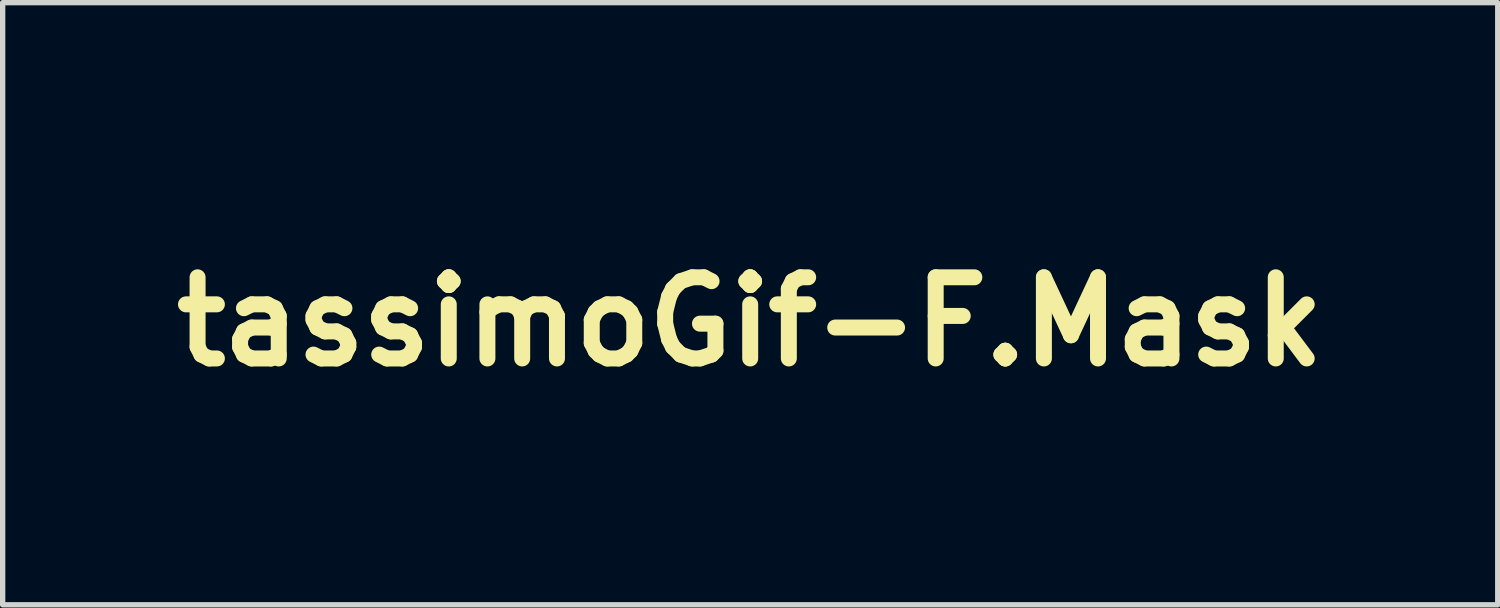
<source format=kicad_pcb>
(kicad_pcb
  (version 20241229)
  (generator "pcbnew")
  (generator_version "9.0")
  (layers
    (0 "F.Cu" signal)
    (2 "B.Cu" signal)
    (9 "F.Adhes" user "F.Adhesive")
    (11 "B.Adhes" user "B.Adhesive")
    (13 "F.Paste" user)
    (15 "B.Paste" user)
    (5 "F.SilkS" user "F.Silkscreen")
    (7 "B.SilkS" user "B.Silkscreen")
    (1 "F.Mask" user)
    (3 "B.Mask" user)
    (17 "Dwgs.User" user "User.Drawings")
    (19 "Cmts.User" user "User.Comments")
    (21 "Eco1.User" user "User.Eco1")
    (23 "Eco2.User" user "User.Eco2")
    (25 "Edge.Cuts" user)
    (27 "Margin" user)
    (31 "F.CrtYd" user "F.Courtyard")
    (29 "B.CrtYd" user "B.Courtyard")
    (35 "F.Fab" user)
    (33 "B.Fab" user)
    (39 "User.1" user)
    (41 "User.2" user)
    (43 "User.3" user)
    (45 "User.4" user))
  (footprint "tassimoGif-F.Mask"
    (layer "F.Cu")
    (at 11.038 2.992)
    (property "Reference" "tassimoGif-F.Mask" (at 0 0 0) (layer "F.SilkS") (effects (font (size 1.524 1.524) (thickness 0.3))))
    (attr through_hole)
    (fp_poly (pts (xy 2.705 1.219) (xy 2.795 1.301) (xy 2.847 1.383) (xy 2.871 1.498) (xy 2.878 1.678) (xy 2.879 1.781) (xy 2.874 2.003) (xy 2.857 2.139) (xy 2.821 2.216) (xy 2.769 2.256) (xy 2.695 2.266) (xy 2.522 2.275) (xy 2.263 2.284) (xy 1.931 2.291) (xy 1.541 2.298) (xy 1.107 2.303) (xy 0.641 2.307) (xy 0.157 2.31) (xy -0.331 2.311) (xy -0.81 2.312) (xy -1.265 2.311) (xy -1.684 2.308) (xy -2.052 2.304) (xy -2.357 2.298) (xy -2.584 2.291) (xy -2.72 2.282) (xy -2.752 2.277) (xy -2.794 2.203) (xy -2.817 2.024) (xy -2.822 1.829) (xy -2.818 1.604) (xy -2.798 1.456) (xy -2.777 1.404) (xy -2.486 1.404) (xy -2.471 1.422) (xy -2.423 1.436) (xy -2.333 1.447) (xy -2.19 1.455) (xy -1.986 1.461) (xy -1.712 1.464) (xy -1.357 1.466) (xy -0.913 1.467) (xy -0.37 1.468) (xy -0.07 1.468) (xy 0.452 1.467) (xy 0.941 1.465) (xy 1.384 1.461) (xy 1.771 1.457) (xy 2.089 1.451) (xy 2.326 1.445) (xy 2.47 1.438) (xy 2.509 1.433) (xy 2.567 1.385) (xy 2.535 1.32) (xy 2.501 1.3) (xy 2.43 1.284) (xy 2.313 1.271) (xy 2.139 1.261) (xy 1.9 1.253) (xy 1.585 1.248) (xy 1.187 1.244) (xy 0.695 1.242) (xy 0.1 1.242) (xy 0.058 1.242) (xy -0.527 1.242) (xy -1.009 1.243) (xy -1.4 1.245) (xy -1.709 1.248) (xy -1.946 1.254) (xy -2.123 1.262) (xy -2.249 1.273) (xy -2.335 1.287) (xy -2.391 1.305) (xy -2.428 1.328) (xy -2.455 1.355) (xy -2.478 1.382) (xy -2.486 1.404) (xy -2.777 1.404) (xy -2.755 1.349) (xy -2.678 1.249) (xy -2.672 1.241) (xy -2.521 1.072) (xy 2.531 1.072) (xy 2.705 1.219)) (stroke (width 0.01) (type solid)) (fill yes) (layer "F.Mask"))
    (fp_poly (pts (xy 0.261 -2.917) (xy 0.469 -2.763) (xy 0.535 -2.68) (xy 0.632 -2.568) (xy 0.749 -2.518) (xy 0.893 -2.507) (xy 1.138 -2.452) (xy 1.331 -2.313) (xy 1.46 -2.11) (xy 1.516 -1.865) (xy 1.487 -1.598) (xy 1.441 -1.472) (xy 1.382 -1.307) (xy 1.384 -1.19) (xy 1.406 -1.139) (xy 1.466 -0.919) (xy 1.438 -0.687) (xy 1.338 -0.47) (xy 1.179 -0.295) (xy 0.979 -0.189) (xy 0.843 -0.169) (xy 0.729 -0.126) (xy 0.584 -0.009) (xy 0.514 0.064) (xy 0.375 0.205) (xy 0.249 0.28) (xy 0.089 0.315) (xy 0.027 0.321) (xy -0.197 0.321) (xy -0.368 0.269) (xy -0.426 0.237) (xy -0.576 0.117) (xy -0.695 -0.02) (xy -0.695 -0.02) (xy -0.818 -0.139) (xy -0.967 -0.169) (xy -1.117 -0.201) (xy -1.275 -0.308) (xy -1.361 -0.388) (xy -1.497 -0.541) (xy -1.563 -0.671) (xy -1.58 -0.823) (xy -1.58 -0.827) (xy -1.556 -1.009) (xy -1.498 -1.164) (xy -1.488 -1.18) (xy -1.429 -1.282) (xy -1.431 -1.317) (xy -1.358 -1.317) (xy -1.143 -1.22) (xy -0.971 -1.16) (xy -0.809 -1.156) (xy -0.675 -1.181) (xy -0.443 -1.226) (xy -0.313 -1.227) (xy -0.282 -1.178) (xy -0.347 -1.073) (xy -0.505 -0.906) (xy -0.508 -0.903) (xy -0.645 -0.755) (xy -0.713 -0.63) (xy -0.733 -0.486) (xy -0.734 -0.454) (xy -0.724 -0.312) (xy -0.699 -0.232) (xy -0.688 -0.226) (xy -0.625 -0.263) (xy -0.518 -0.357) (xy -0.462 -0.412) (xy -0.329 -0.591) (xy -0.225 -0.802) (xy -0.209 -0.849) (xy -0.141 -1.014) (xy -0.064 -1.109) (xy 0.005 -1.126) (xy 0.049 -1.057) (xy 0.056 -0.982) (xy 0.09 -0.791) (xy 0.176 -0.586) (xy 0.292 -0.408) (xy 0.416 -0.296) (xy 0.427 -0.291) (xy 0.552 -0.239) (xy 0.607 -0.251) (xy 0.621 -0.347) (xy 0.621 -0.425) (xy 0.599 -0.574) (xy 0.519 -0.721) (xy 0.395 -0.868) (xy 0.244 -1.049) (xy 0.176 -1.17) (xy 0.194 -1.226) (xy 0.296 -1.216) (xy 0.547 -1.162) (xy 0.808 -1.142) (xy 1.033 -1.159) (xy 1.129 -1.185) (xy 1.299 -1.256) (xy 1.155 -1.39) (xy 0.947 -1.53) (xy 0.735 -1.56) (xy 0.601 -1.527) (xy 0.425 -1.479) (xy 0.276 -1.472) (xy 0.184 -1.503) (xy 0.169 -1.536) (xy 0.206 -1.614) (xy 0.298 -1.735) (xy 0.36 -1.804) (xy 0.519 -2.011) (xy 0.592 -2.201) (xy 0.573 -2.356) (xy 0.565 -2.37) (xy 0.49 -2.41) (xy 0.386 -2.366) (xy 0.275 -2.257) (xy 0.175 -2.103) (xy 0.122 -1.971) (xy 0.071 -1.803) (xy 0.032 -1.674) (xy 0.023 -1.645) (xy -0.023 -1.6) (xy -0.088 -1.641) (xy -0.152 -1.744) (xy -0.189 -1.863) (xy -0.246 -2.008) (xy -0.346 -2.158) (xy -0.465 -2.287) (xy -0.58 -2.369) (xy -0.666 -2.379) (xy -0.67 -2.377) (xy -0.712 -2.29) (xy -0.689 -2.148) (xy -0.611 -1.98) (xy -0.488 -1.816) (xy -0.45 -1.777) (xy -0.318 -1.634) (xy -0.279 -1.54) (xy -0.337 -1.492) (xy -0.497 -1.481) (xy -0.663 -1.492) (xy -0.885 -1.507) (xy -1.033 -1.497) (xy -1.144 -1.457) (xy -1.201 -1.422) (xy -1.358 -1.317) (xy -1.431 -1.317) (xy -1.434 -1.367) (xy -1.488 -1.469) (xy -1.567 -1.7) (xy -1.566 -1.957) (xy -1.508 -2.143) (xy -1.384 -2.3) (xy -1.2 -2.437) (xy -1.002 -2.524) (xy -0.896 -2.54) (xy -0.731 -2.588) (xy -0.642 -2.684) (xy -0.46 -2.87) (xy -0.23 -2.971) (xy 0.019 -2.987) (xy 0.261 -2.917)) (stroke (width 0.01) (type solid)) (fill yes) (layer "F.Mask")))
  (gr_rect
    (start -3 -3)
    (end 25.076 8.308)
    (stroke (width 0.1) (type default))
    (fill no)
    (layer "Edge.Cuts")))
</source>
